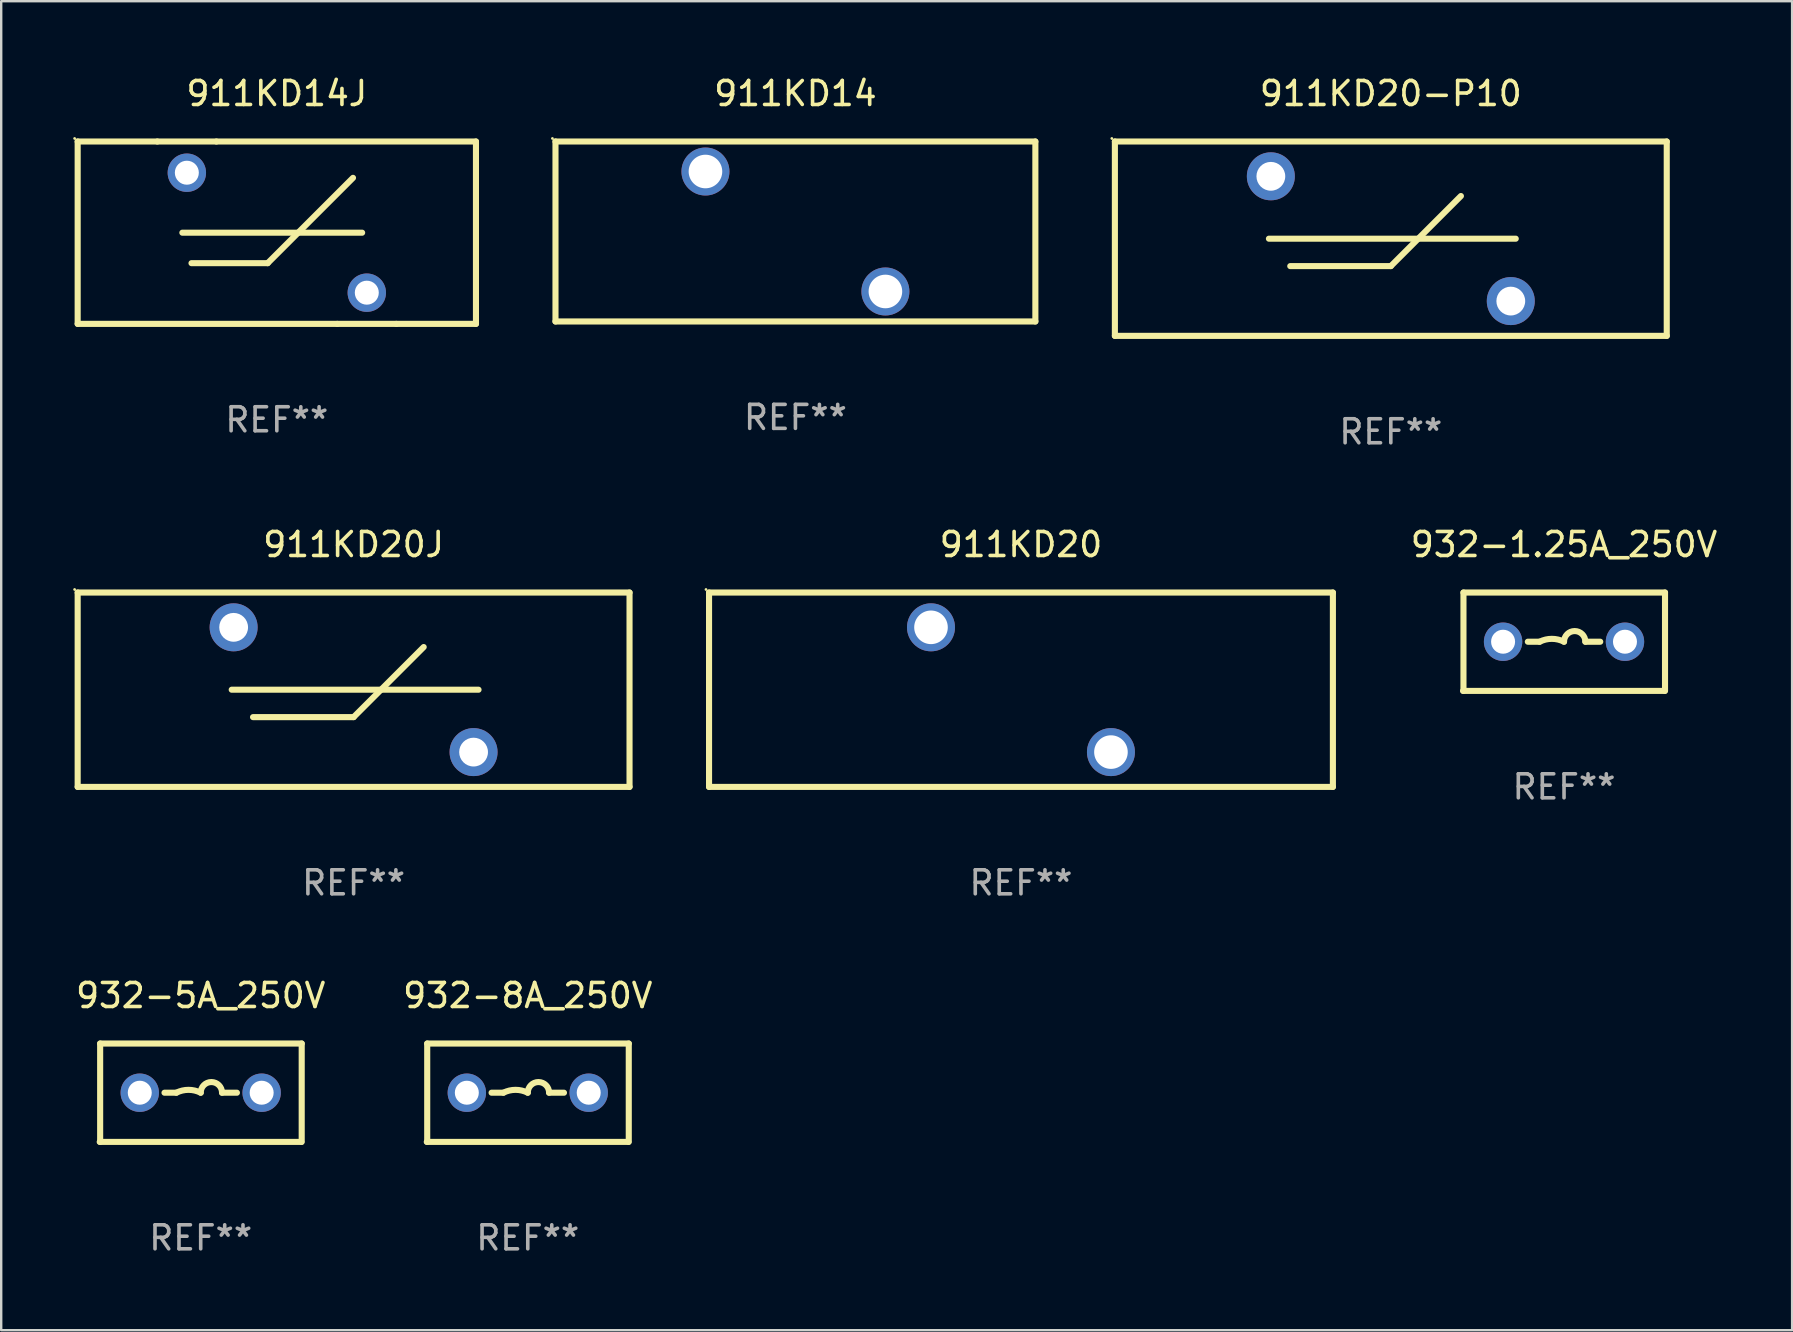
<source format=kicad_pcb>
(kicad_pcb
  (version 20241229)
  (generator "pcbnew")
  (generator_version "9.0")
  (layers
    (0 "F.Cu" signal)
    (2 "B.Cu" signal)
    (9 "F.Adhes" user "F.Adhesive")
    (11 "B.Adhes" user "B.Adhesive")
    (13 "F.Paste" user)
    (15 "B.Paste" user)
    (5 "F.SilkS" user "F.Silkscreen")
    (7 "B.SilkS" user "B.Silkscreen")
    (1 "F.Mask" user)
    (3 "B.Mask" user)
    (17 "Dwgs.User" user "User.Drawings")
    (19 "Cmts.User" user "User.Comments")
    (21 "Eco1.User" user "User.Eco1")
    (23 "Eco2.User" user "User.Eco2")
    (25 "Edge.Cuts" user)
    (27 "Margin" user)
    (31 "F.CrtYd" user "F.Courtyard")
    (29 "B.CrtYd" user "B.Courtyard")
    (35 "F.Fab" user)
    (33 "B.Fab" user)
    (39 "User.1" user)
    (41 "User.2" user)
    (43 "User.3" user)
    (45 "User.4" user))
  (footprint "932-1.25A_250V"
    (layer "F.Cu")
    (at 62.134 23.695)
    (property "Reference" "932-1.25A_250V" (at 0 -4.05 0) (layer "F.SilkS") (effects (font (size 1 1) (thickness 0.15))))
    (attr through_hole)
    (fp_line (start -4.191 -2.05) (end -4.191 2.05) (stroke (width 0.254) (type solid)) (layer "F.SilkS"))
    (fp_line (start -4.191 -2.05) (end 4.209 -2.05) (stroke (width 0.254) (type solid)) (layer "F.SilkS"))
    (fp_line (start -1.509 0) (end -1.016 0) (stroke (width 0.254) (type solid)) (layer "F.SilkS"))
    (fp_line (start 1.509 0) (end 0.889 0) (stroke (width 0.254) (type solid)) (layer "F.SilkS"))
    (fp_line (start 4.191 2.05) (end -4.209 2.05) (stroke (width 0.254) (type solid)) (layer "F.SilkS"))
    (fp_line (start 4.209 -2.05) (end 4.209 2.05) (stroke (width 0.254) (type solid)) (layer "F.SilkS"))
    (fp_arc (start -1.016002 0) (mid -0.508001 -0.119923) (end 0 0) (stroke (width 0.254001) (type solid)) (layer "F.SilkS"))
    (fp_arc (start 0 0) (mid 0.444501 -0.444501) (end 0.889002 0) (stroke (width 0.254001) (type solid)) (layer "F.SilkS"))
    (fp_circle (center -4.15 2.05) (end -4.12 2.05) (stroke (width 0.06) (type solid)) (fill no) (layer "F.SilkS"))
    (fp_text user "REF**" (at 0 6.05 0) (layer "F.Fab") (effects (font (size 1 1) (thickness 0.15))))
    (pad "1" thru_hole circle (at -2.54 0) (size 1.6 1.6) (drill 1) (layers "*.Cu" "*.Mask"))
    (pad "2" thru_hole circle (at 2.54 0) (size 1.6 1.6) (drill 1) (layers "*.Cu" "*.Mask")))
  (footprint "911KD20-P10"
    (layer "F.Cu")
    (at 54.915 6.898)
    (property "Reference" "911KD20-P10" (at 0 -6.05 0) (layer "F.SilkS") (effects (font (size 1 1) (thickness 0.15))))
    (attr through_hole)
    (fp_line (start -11.5 -4.05) (end -11.5 4.05) (stroke (width 0.254) (type solid)) (layer "F.SilkS"))
    (fp_line (start -11.5 -4.05) (end 11.5 -4.05) (stroke (width 0.254) (type solid)) (layer "F.SilkS"))
    (fp_line (start -11.5 4.05) (end 11.5 4.05) (stroke (width 0.254) (type solid)) (layer "F.SilkS"))
    (fp_line (start -5.08 -0.000013) (end 5.207 -0.000013) (stroke (width 0.254) (type solid)) (layer "F.SilkS"))
    (fp_line (start -4.191 1.143) (end 0.000013 1.143) (stroke (width 0.254) (type solid)) (layer "F.SilkS"))
    (fp_line (start 0.000013 1.143) (end 2.921 -1.778) (stroke (width 0.254) (type solid)) (layer "F.SilkS"))
    (fp_line (start 11.5 -4.05) (end 11.5 4.05) (stroke (width 0.254) (type solid)) (layer "F.SilkS"))
    (fp_circle (center -11.627 -4.177) (end -11.597 -4.177) (stroke (width 0.06) (type solid)) (fill no) (layer "F.SilkS"))
    (fp_text user "REF**" (at 0 8.05 0) (layer "F.Fab") (effects (font (size 1 1) (thickness 0.15))))
    (pad "1" thru_hole circle (at -5 -2.6) (size 2 2) (drill 1.2) (layers "*.Cu" "*.Mask"))
    (pad "2" thru_hole circle (at 5 2.6) (size 2 2) (drill 1.2) (layers "*.Cu" "*.Mask")))
  (footprint "911KD20J"
    (layer "F.Cu")
    (at 11.687 25.695)
    (property "Reference" "911KD20J" (at 0 -6.05 0) (layer "F.SilkS") (effects (font (size 1 1) (thickness 0.15))))
    (attr through_hole)
    (fp_line (start -11.5 -4.05) (end -11.5 4.05) (stroke (width 0.254) (type solid)) (layer "F.SilkS"))
    (fp_line (start -11.5 -4.05) (end 11.5 -4.05) (stroke (width 0.254) (type solid)) (layer "F.SilkS"))
    (fp_line (start -11.5 4.05) (end 11.5 4.05) (stroke (width 0.254) (type solid)) (layer "F.SilkS"))
    (fp_line (start -5.08 -0.000013) (end 5.207 -0.000013) (stroke (width 0.254) (type solid)) (layer "F.SilkS"))
    (fp_line (start -4.191 1.143) (end 0.000013 1.143) (stroke (width 0.254) (type solid)) (layer "F.SilkS"))
    (fp_line (start 0.000013 1.143) (end 2.921 -1.778) (stroke (width 0.254) (type solid)) (layer "F.SilkS"))
    (fp_line (start 11.5 -4.05) (end 11.5 4.05) (stroke (width 0.254) (type solid)) (layer "F.SilkS"))
    (fp_circle (center -11.627 -4.177) (end -11.597 -4.177) (stroke (width 0.06) (type solid)) (fill no) (layer "F.SilkS"))
    (fp_text user "REF**" (at 0 8.05 0) (layer "F.Fab") (effects (font (size 1 1) (thickness 0.15))))
    (pad "1" thru_hole circle (at -5 -2.6) (size 2 2) (drill 1.2) (layers "*.Cu" "*.Mask"))
    (pad "2" thru_hole circle (at 5 2.6) (size 2 2) (drill 1.2) (layers "*.Cu" "*.Mask")))
  (footprint "932-5A_250V"
    (layer "F.Cu")
    (at 5.315 42.491)
    (property "Reference" "932-5A_250V" (at 0 -4.05 0) (layer "F.SilkS") (effects (font (size 1 1) (thickness 0.15))))
    (attr through_hole)
    (fp_line (start -4.191 -2.05) (end -4.191 2.05) (stroke (width 0.254) (type solid)) (layer "F.SilkS"))
    (fp_line (start -4.191 -2.05) (end 4.209 -2.05) (stroke (width 0.254) (type solid)) (layer "F.SilkS"))
    (fp_line (start -1.509 0) (end -1.016 0) (stroke (width 0.254) (type solid)) (layer "F.SilkS"))
    (fp_line (start 1.509 0) (end 0.889 0) (stroke (width 0.254) (type solid)) (layer "F.SilkS"))
    (fp_line (start 4.191 2.05) (end -4.209 2.05) (stroke (width 0.254) (type solid)) (layer "F.SilkS"))
    (fp_line (start 4.209 -2.05) (end 4.209 2.05) (stroke (width 0.254) (type solid)) (layer "F.SilkS"))
    (fp_arc (start -1.016002 0) (mid -0.508001 -0.119923) (end 0 0) (stroke (width 0.254001) (type solid)) (layer "F.SilkS"))
    (fp_arc (start 0 0) (mid 0.444501 -0.444501) (end 0.889002 0) (stroke (width 0.254001) (type solid)) (layer "F.SilkS"))
    (fp_circle (center -4.15 2.05) (end -4.12 2.05) (stroke (width 0.06) (type solid)) (fill no) (layer "F.SilkS"))
    (fp_text user "REF**" (at 0 6.05 0) (layer "F.Fab") (effects (font (size 1 1) (thickness 0.15))))
    (pad "1" thru_hole circle (at -2.54 0) (size 1.6 1.6) (drill 1) (layers "*.Cu" "*.Mask"))
    (pad "2" thru_hole circle (at 2.54 0) (size 1.6 1.6) (drill 1) (layers "*.Cu" "*.Mask")))
  (footprint "932-8A_250V"
    (layer "F.Cu")
    (at 18.946 42.491)
    (property "Reference" "932-8A_250V" (at 0 -4.05 0) (layer "F.SilkS") (effects (font (size 1 1) (thickness 0.15))))
    (attr through_hole)
    (fp_line (start -4.191 -2.05) (end -4.191 2.05) (stroke (width 0.254) (type solid)) (layer "F.SilkS"))
    (fp_line (start -4.191 -2.05) (end 4.209 -2.05) (stroke (width 0.254) (type solid)) (layer "F.SilkS"))
    (fp_line (start -1.509 0) (end -1.016 0) (stroke (width 0.254) (type solid)) (layer "F.SilkS"))
    (fp_line (start 1.509 0) (end 0.889 0) (stroke (width 0.254) (type solid)) (layer "F.SilkS"))
    (fp_line (start 4.191 2.05) (end -4.209 2.05) (stroke (width 0.254) (type solid)) (layer "F.SilkS"))
    (fp_line (start 4.209 -2.05) (end 4.209 2.05) (stroke (width 0.254) (type solid)) (layer "F.SilkS"))
    (fp_arc (start -1.016002 0) (mid -0.508001 -0.119923) (end 0 0) (stroke (width 0.254001) (type solid)) (layer "F.SilkS"))
    (fp_arc (start 0 0) (mid 0.444501 -0.444501) (end 0.889002 0) (stroke (width 0.254001) (type solid)) (layer "F.SilkS"))
    (fp_circle (center -4.15 2.05) (end -4.12 2.05) (stroke (width 0.06) (type solid)) (fill no) (layer "F.SilkS"))
    (fp_text user "REF**" (at 0 6.05 0) (layer "F.Fab") (effects (font (size 1 1) (thickness 0.15))))
    (pad "1" thru_hole circle (at -2.54 0) (size 1.6 1.6) (drill 1) (layers "*.Cu" "*.Mask"))
    (pad "2" thru_hole circle (at 2.54 0) (size 1.6 1.6) (drill 1) (layers "*.Cu" "*.Mask")))
  (footprint "911KD14J"
    (layer "F.Cu")
    (at 8.487 6.648)
    (property "Reference" "911KD14J" (at 0 -5.8 0) (layer "F.SilkS") (effects (font (size 1 1) (thickness 0.15))))
    (attr through_hole)
    (fp_line (start -8.3 -3.8) (end -8.3 3.8) (stroke (width 0.254) (type solid)) (layer "F.SilkS"))
    (fp_line (start -8.3 -3.8) (end -4.981 -3.8) (stroke (width 0.254) (type solid)) (layer "F.SilkS"))
    (fp_line (start -8.3 3.8) (end 2.519 3.8) (stroke (width 0.254) (type solid)) (layer "F.SilkS"))
    (fp_line (start -4.981 -3.8) (end -2.519 -3.8) (stroke (width 0.254) (type solid)) (layer "F.SilkS"))
    (fp_line (start -3.937 0.000013) (end 3.556 0.000013) (stroke (width 0.254) (type solid)) (layer "F.SilkS"))
    (fp_line (start -3.556 1.27) (end -0.381 1.27) (stroke (width 0.254) (type solid)) (layer "F.SilkS"))
    (fp_line (start -2.519 -3.8) (end 8.3 -3.8) (stroke (width 0.254) (type solid)) (layer "F.SilkS"))
    (fp_line (start -0.381 1.27) (end 3.175 -2.286) (stroke (width 0.254) (type solid)) (layer "F.SilkS"))
    (fp_line (start 4.981 3.8) (end 2.519 3.8) (stroke (width 0.254) (type solid)) (layer "F.SilkS"))
    (fp_line (start 4.981 3.8) (end 8.3 3.8) (stroke (width 0.254) (type solid)) (layer "F.SilkS"))
    (fp_line (start 8.3 -3.8) (end 8.3 3.8) (stroke (width 0.254) (type solid)) (layer "F.SilkS"))
    (fp_circle (center -8.427 -3.927) (end -8.397 -3.927) (stroke (width 0.06) (type solid)) (fill no) (layer "F.SilkS"))
    (fp_text user "REF**" (at 0 7.8 0) (layer "F.Fab") (effects (font (size 1 1) (thickness 0.15))))
    (pad "1" thru_hole circle (at -3.75 -2.5) (size 1.6 1.6) (drill 1) (layers "*.Cu" "*.Mask"))
    (pad "2" thru_hole circle (at 3.75 2.5) (size 1.6 1.6) (drill 1) (layers "*.Cu" "*.Mask")))
  (footprint "911KD14"
    (layer "F.Cu")
    (at 30.101 6.598)
    (property "Reference" "911KD14" (at 0 -5.75 0) (layer "F.SilkS") (effects (font (size 1 1) (thickness 0.15))))
    (attr through_hole)
    (fp_line (start -10 -3.75) (end -10 3.75) (stroke (width 0.254) (type solid)) (layer "F.SilkS"))
    (fp_line (start -10 -3.75) (end 10 -3.75) (stroke (width 0.254) (type solid)) (layer "F.SilkS"))
    (fp_line (start 10 -3.75) (end 10 3.75) (stroke (width 0.254) (type solid)) (layer "F.SilkS"))
    (fp_line (start 10 3.75) (end -10 3.75) (stroke (width 0.254) (type solid)) (layer "F.SilkS"))
    (fp_circle (center -10.127 -3.877) (end -10.097 -3.877) (stroke (width 0.06) (type solid)) (fill no) (layer "F.SilkS"))
    (fp_text user "REF**" (at 0 7.75 0) (layer "F.Fab") (effects (font (size 1 1) (thickness 0.15))))
    (pad "1" thru_hole circle (at -3.75 -2.5) (size 2 2) (drill 1.4) (layers "*.Cu" "*.Mask"))
    (pad "2" thru_hole circle (at 3.75 2.5) (size 2 2) (drill 1.4) (layers "*.Cu" "*.Mask")))
  (footprint "911KD20"
    (layer "F.Cu")
    (at 39.501 25.695)
    (property "Reference" "911KD20" (at 0 -6.05 0) (layer "F.SilkS") (effects (font (size 1 1) (thickness 0.15))))
    (attr through_hole)
    (fp_line (start -13 -4.05) (end -13 4.05) (stroke (width 0.254) (type solid)) (layer "F.SilkS"))
    (fp_line (start -13 -4.05) (end 13 -4.05) (stroke (width 0.254) (type solid)) (layer "F.SilkS"))
    (fp_line (start 13 4.05) (end -13 4.05) (stroke (width 0.254) (type solid)) (layer "F.SilkS"))
    (fp_line (start 13 4.05) (end 13 -4.05) (stroke (width 0.254) (type solid)) (layer "F.SilkS"))
    (fp_circle (center -13.127 -4.177) (end -13.097 -4.177) (stroke (width 0.06) (type solid)) (fill no) (layer "F.SilkS"))
    (fp_text user "REF**" (at 0 8.05 0) (layer "F.Fab") (effects (font (size 1 1) (thickness 0.15))))
    (pad "1" thru_hole circle (at -3.75 -2.6) (size 2 2) (drill 1.4) (layers "*.Cu" "*.Mask"))
    (pad "2" thru_hole circle (at 3.75 2.6) (size 2 2) (drill 1.4) (layers "*.Cu" "*.Mask")))
  (gr_rect
    (start -3 -3)
    (end 71.64 52.39)
    (stroke (width 0.1) (type default))
    (fill no)
    (layer "Edge.Cuts")))
</source>
